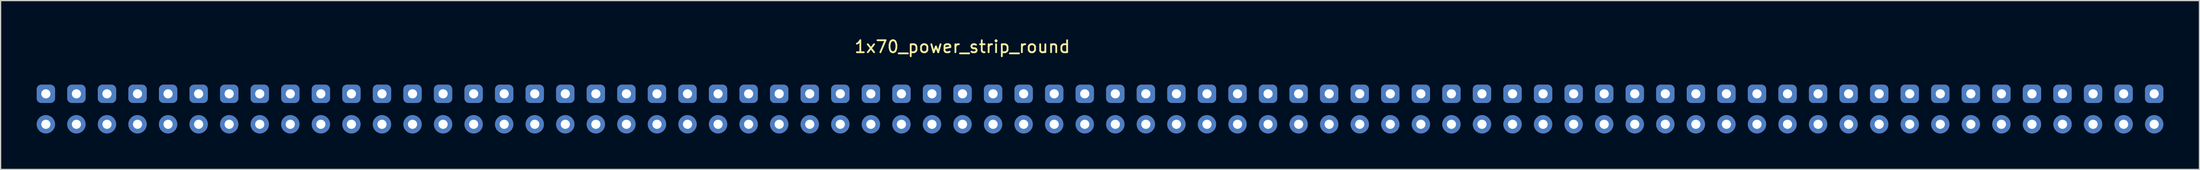
<source format=kicad_pcb>
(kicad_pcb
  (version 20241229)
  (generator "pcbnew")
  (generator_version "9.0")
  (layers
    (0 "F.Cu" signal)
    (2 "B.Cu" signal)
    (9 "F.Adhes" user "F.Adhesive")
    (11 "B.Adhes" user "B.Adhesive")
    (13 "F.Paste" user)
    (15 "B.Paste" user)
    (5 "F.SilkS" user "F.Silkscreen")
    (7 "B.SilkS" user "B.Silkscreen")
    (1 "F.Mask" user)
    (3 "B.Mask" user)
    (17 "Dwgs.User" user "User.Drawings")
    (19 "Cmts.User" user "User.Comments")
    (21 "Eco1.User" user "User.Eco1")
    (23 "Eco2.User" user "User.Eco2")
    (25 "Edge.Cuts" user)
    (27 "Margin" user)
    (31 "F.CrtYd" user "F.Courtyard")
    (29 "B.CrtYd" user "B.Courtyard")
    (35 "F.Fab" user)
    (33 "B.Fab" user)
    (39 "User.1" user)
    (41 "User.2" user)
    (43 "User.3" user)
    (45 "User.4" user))
  (footprint "1x70_power_strip_round"
    (layer "F.Cu")
    (at 76.942 0.348)
    (property "Reference" "1x70_power_strip_round" (at 0 0.5 0) (layer "F.SilkS") (effects (font (size 1 1) (thickness 0.15))))
    (attr through_hole)
    (pad "1" thru_hole roundrect (at -76.18 4.42) (size 1.524 1.524) (drill 0.762) (layers "*.Cu" "*.Mask") (roundrect_rratio 0.25))
    (pad "2" thru_hole roundrect (at -73.64 4.42) (size 1.524 1.524) (drill 0.762) (layers "*.Cu" "*.Mask") (roundrect_rratio 0.25))
    (pad "3" thru_hole roundrect (at -71.1 4.42) (size 1.524 1.524) (drill 0.762) (layers "*.Cu" "*.Mask") (roundrect_rratio 0.25))
    (pad "4" thru_hole roundrect (at -68.56 4.42) (size 1.524 1.524) (drill 0.762) (layers "*.Cu" "*.Mask") (roundrect_rratio 0.25))
    (pad "5" thru_hole roundrect (at -66.02 4.42) (size 1.524 1.524) (drill 0.762) (layers "*.Cu" "*.Mask") (roundrect_rratio 0.25))
    (pad "6" thru_hole roundrect (at -63.48 4.42) (size 1.524 1.524) (drill 0.762) (layers "*.Cu" "*.Mask") (roundrect_rratio 0.25))
    (pad "7" thru_hole roundrect (at -60.94 4.42) (size 1.524 1.524) (drill 0.762) (layers "*.Cu" "*.Mask") (roundrect_rratio 0.25))
    (pad "8" thru_hole roundrect (at -58.4 4.42) (size 1.524 1.524) (drill 0.762) (layers "*.Cu" "*.Mask") (roundrect_rratio 0.25))
    (pad "9" thru_hole roundrect (at -55.86 4.42) (size 1.524 1.524) (drill 0.762) (layers "*.Cu" "*.Mask") (roundrect_rratio 0.25))
    (pad "10" thru_hole roundrect (at -53.32 4.42) (size 1.524 1.524) (drill 0.762) (layers "*.Cu" "*.Mask") (roundrect_rratio 0.25))
    (pad "11" thru_hole roundrect (at -50.78 4.42) (size 1.524 1.524) (drill 0.762) (layers "*.Cu" "*.Mask") (roundrect_rratio 0.25))
    (pad "12" thru_hole roundrect (at -48.24 4.42) (size 1.524 1.524) (drill 0.762) (layers "*.Cu" "*.Mask") (roundrect_rratio 0.25))
    (pad "13" thru_hole roundrect (at -45.7 4.42) (size 1.524 1.524) (drill 0.762) (layers "*.Cu" "*.Mask") (roundrect_rratio 0.25))
    (pad "14" thru_hole roundrect (at -43.16 4.42) (size 1.524 1.524) (drill 0.762) (layers "*.Cu" "*.Mask") (roundrect_rratio 0.25))
    (pad "15" thru_hole roundrect (at -40.62 4.42) (size 1.524 1.524) (drill 0.762) (layers "*.Cu" "*.Mask") (roundrect_rratio 0.25))
    (pad "16" thru_hole roundrect (at -38.08 4.42) (size 1.524 1.524) (drill 0.762) (layers "*.Cu" "*.Mask") (roundrect_rratio 0.25))
    (pad "17" thru_hole roundrect (at -35.54 4.42) (size 1.524 1.524) (drill 0.762) (layers "*.Cu" "*.Mask") (roundrect_rratio 0.25))
    (pad "18" thru_hole roundrect (at -33 4.42) (size 1.524 1.524) (drill 0.762) (layers "*.Cu" "*.Mask") (roundrect_rratio 0.25))
    (pad "19" thru_hole roundrect (at -30.46 4.42) (size 1.524 1.524) (drill 0.762) (layers "*.Cu" "*.Mask") (roundrect_rratio 0.25))
    (pad "20" thru_hole roundrect (at -27.92 4.42) (size 1.524 1.524) (drill 0.762) (layers "*.Cu" "*.Mask") (roundrect_rratio 0.25))
    (pad "21" thru_hole roundrect (at -25.38 4.42) (size 1.524 1.524) (drill 0.762) (layers "*.Cu" "*.Mask") (roundrect_rratio 0.25))
    (pad "22" thru_hole roundrect (at -22.84 4.42) (size 1.524 1.524) (drill 0.762) (layers "*.Cu" "*.Mask") (roundrect_rratio 0.25))
    (pad "23" thru_hole roundrect (at -20.3 4.42) (size 1.524 1.524) (drill 0.762) (layers "*.Cu" "*.Mask") (roundrect_rratio 0.25))
    (pad "24" thru_hole roundrect (at -17.76 4.42) (size 1.524 1.524) (drill 0.762) (layers "*.Cu" "*.Mask") (roundrect_rratio 0.25))
    (pad "25" thru_hole roundrect (at -15.22 4.42) (size 1.524 1.524) (drill 0.762) (layers "*.Cu" "*.Mask") (roundrect_rratio 0.25))
    (pad "26" thru_hole roundrect (at -12.68 4.42) (size 1.524 1.524) (drill 0.762) (layers "*.Cu" "*.Mask") (roundrect_rratio 0.25))
    (pad "27" thru_hole roundrect (at -10.14 4.42) (size 1.524 1.524) (drill 0.762) (layers "*.Cu" "*.Mask") (roundrect_rratio 0.25))
    (pad "28" thru_hole roundrect (at -7.6 4.42) (size 1.524 1.524) (drill 0.762) (layers "*.Cu" "*.Mask") (roundrect_rratio 0.25))
    (pad "29" thru_hole roundrect (at -5.06 4.42) (size 1.524 1.524) (drill 0.762) (layers "*.Cu" "*.Mask") (roundrect_rratio 0.25))
    (pad "30" thru_hole roundrect (at -2.52 4.42) (size 1.524 1.524) (drill 0.762) (layers "*.Cu" "*.Mask") (roundrect_rratio 0.25))
    (pad "31" thru_hole roundrect (at 0.02 4.42) (size 1.524 1.524) (drill 0.762) (layers "*.Cu" "*.Mask") (roundrect_rratio 0.25))
    (pad "32" thru_hole roundrect (at 2.56 4.42) (size 1.524 1.524) (drill 0.762) (layers "*.Cu" "*.Mask") (roundrect_rratio 0.25))
    (pad "33" thru_hole roundrect (at 5.1 4.42) (size 1.524 1.524) (drill 0.762) (layers "*.Cu" "*.Mask") (roundrect_rratio 0.25))
    (pad "34" thru_hole roundrect (at 7.64 4.42) (size 1.524 1.524) (drill 0.762) (layers "*.Cu" "*.Mask") (roundrect_rratio 0.25))
    (pad "35" thru_hole roundrect (at 10.18 4.42) (size 1.524 1.524) (drill 0.762) (layers "*.Cu" "*.Mask") (roundrect_rratio 0.25))
    (pad "36" thru_hole roundrect (at 12.72 4.42) (size 1.524 1.524) (drill 0.762) (layers "*.Cu" "*.Mask") (roundrect_rratio 0.25))
    (pad "37" thru_hole roundrect (at 15.26 4.42) (size 1.524 1.524) (drill 0.762) (layers "*.Cu" "*.Mask") (roundrect_rratio 0.25))
    (pad "38" thru_hole roundrect (at 17.8 4.42) (size 1.524 1.524) (drill 0.762) (layers "*.Cu" "*.Mask") (roundrect_rratio 0.25))
    (pad "39" thru_hole roundrect (at 20.34 4.42) (size 1.524 1.524) (drill 0.762) (layers "*.Cu" "*.Mask") (roundrect_rratio 0.25))
    (pad "40" thru_hole roundrect (at 22.88 4.42) (size 1.524 1.524) (drill 0.762) (layers "*.Cu" "*.Mask") (roundrect_rratio 0.25))
    (pad "41" thru_hole roundrect (at 25.42 4.42) (size 1.524 1.524) (drill 0.762) (layers "*.Cu" "*.Mask") (roundrect_rratio 0.25))
    (pad "42" thru_hole roundrect (at 27.96 4.42) (size 1.524 1.524) (drill 0.762) (layers "*.Cu" "*.Mask") (roundrect_rratio 0.25))
    (pad "43" thru_hole roundrect (at 30.5 4.42) (size 1.524 1.524) (drill 0.762) (layers "*.Cu" "*.Mask") (roundrect_rratio 0.25))
    (pad "44" thru_hole roundrect (at 33.04 4.42) (size 1.524 1.524) (drill 0.762) (layers "*.Cu" "*.Mask") (roundrect_rratio 0.25))
    (pad "45" thru_hole roundrect (at 35.58 4.42) (size 1.524 1.524) (drill 0.762) (layers "*.Cu" "*.Mask") (roundrect_rratio 0.25))
    (pad "46" thru_hole roundrect (at 38.12 4.42) (size 1.524 1.524) (drill 0.762) (layers "*.Cu" "*.Mask") (roundrect_rratio 0.25))
    (pad "47" thru_hole roundrect (at 40.66 4.42) (size 1.524 1.524) (drill 0.762) (layers "*.Cu" "*.Mask") (roundrect_rratio 0.25))
    (pad "48" thru_hole roundrect (at 43.2 4.42) (size 1.524 1.524) (drill 0.762) (layers "*.Cu" "*.Mask") (roundrect_rratio 0.25))
    (pad "49" thru_hole roundrect (at 45.74 4.42) (size 1.524 1.524) (drill 0.762) (layers "*.Cu" "*.Mask") (roundrect_rratio 0.25))
    (pad "50" thru_hole roundrect (at 48.28 4.42) (size 1.524 1.524) (drill 0.762) (layers "*.Cu" "*.Mask") (roundrect_rratio 0.25))
    (pad "51" thru_hole roundrect (at 50.82 4.42) (size 1.524 1.524) (drill 0.762) (layers "*.Cu" "*.Mask") (roundrect_rratio 0.25))
    (pad "52" thru_hole roundrect (at 53.36 4.42) (size 1.524 1.524) (drill 0.762) (layers "*.Cu" "*.Mask") (roundrect_rratio 0.25))
    (pad "53" thru_hole roundrect (at 55.9 4.42) (size 1.524 1.524) (drill 0.762) (layers "*.Cu" "*.Mask") (roundrect_rratio 0.25))
    (pad "54" thru_hole roundrect (at 58.44 4.42) (size 1.524 1.524) (drill 0.762) (layers "*.Cu" "*.Mask") (roundrect_rratio 0.25))
    (pad "55" thru_hole roundrect (at 60.98 4.42) (size 1.524 1.524) (drill 0.762) (layers "*.Cu" "*.Mask") (roundrect_rratio 0.25))
    (pad "56" thru_hole roundrect (at 63.52 4.42) (size 1.524 1.524) (drill 0.762) (layers "*.Cu" "*.Mask") (roundrect_rratio 0.25))
    (pad "57" thru_hole roundrect (at 66.06 4.42) (size 1.524 1.524) (drill 0.762) (layers "*.Cu" "*.Mask") (roundrect_rratio 0.25))
    (pad "58" thru_hole roundrect (at 68.6 4.42) (size 1.524 1.524) (drill 0.762) (layers "*.Cu" "*.Mask") (roundrect_rratio 0.25))
    (pad "59" thru_hole roundrect (at 71.14 4.42) (size 1.524 1.524) (drill 0.762) (layers "*.Cu" "*.Mask") (roundrect_rratio 0.25))
    (pad "60" thru_hole roundrect (at 73.68 4.42) (size 1.524 1.524) (drill 0.762) (layers "*.Cu" "*.Mask") (roundrect_rratio 0.25))
    (pad "61" thru_hole roundrect (at 76.22 4.42) (size 1.524 1.524) (drill 0.762) (layers "*.Cu" "*.Mask") (roundrect_rratio 0.25))
    (pad "62" thru_hole roundrect (at 78.76 4.42) (size 1.524 1.524) (drill 0.762) (layers "*.Cu" "*.Mask") (roundrect_rratio 0.25))
    (pad "63" thru_hole roundrect (at 81.3 4.42) (size 1.524 1.524) (drill 0.762) (layers "*.Cu" "*.Mask") (roundrect_rratio 0.25))
    (pad "64" thru_hole roundrect (at 83.84 4.42) (size 1.524 1.524) (drill 0.762) (layers "*.Cu" "*.Mask") (roundrect_rratio 0.25))
    (pad "65" thru_hole roundrect (at 86.38 4.42) (size 1.524 1.524) (drill 0.762) (layers "*.Cu" "*.Mask") (roundrect_rratio 0.25))
    (pad "66" thru_hole roundrect (at 88.92 4.42) (size 1.524 1.524) (drill 0.762) (layers "*.Cu" "*.Mask") (roundrect_rratio 0.25))
    (pad "67" thru_hole roundrect (at 91.46 4.42) (size 1.524 1.524) (drill 0.762) (layers "*.Cu" "*.Mask") (roundrect_rratio 0.25))
    (pad "68" thru_hole roundrect (at 94 4.42) (size 1.524 1.524) (drill 0.762) (layers "*.Cu" "*.Mask") (roundrect_rratio 0.25))
    (pad "69" thru_hole roundrect (at 96.54 4.42) (size 1.524 1.524) (drill 0.762) (layers "*.Cu" "*.Mask") (roundrect_rratio 0.25))
    (pad "70" thru_hole roundrect (at 99.08 4.42) (size 1.524 1.524) (drill 0.762) (layers "*.Cu" "*.Mask") (roundrect_rratio 0.25))
    (pad "71" thru_hole circle (at -76.18 6.96) (size 1.524 1.524) (drill 0.762) (layers "*.Cu" "*.Mask"))
    (pad "72" thru_hole circle (at -73.64 6.96) (size 1.524 1.524) (drill 0.762) (layers "*.Cu" "*.Mask"))
    (pad "73" thru_hole circle (at -71.1 6.96) (size 1.524 1.524) (drill 0.762) (layers "*.Cu" "*.Mask"))
    (pad "74" thru_hole circle (at -68.56 6.96) (size 1.524 1.524) (drill 0.762) (layers "*.Cu" "*.Mask"))
    (pad "75" thru_hole circle (at -66.02 6.96) (size 1.524 1.524) (drill 0.762) (layers "*.Cu" "*.Mask"))
    (pad "76" thru_hole circle (at -63.48 6.96) (size 1.524 1.524) (drill 0.762) (layers "*.Cu" "*.Mask"))
    (pad "77" thru_hole circle (at -60.94 6.96) (size 1.524 1.524) (drill 0.762) (layers "*.Cu" "*.Mask"))
    (pad "78" thru_hole circle (at -58.4 6.96) (size 1.524 1.524) (drill 0.762) (layers "*.Cu" "*.Mask"))
    (pad "79" thru_hole circle (at -55.86 6.96) (size 1.524 1.524) (drill 0.762) (layers "*.Cu" "*.Mask"))
    (pad "80" thru_hole circle (at -53.32 6.96) (size 1.524 1.524) (drill 0.762) (layers "*.Cu" "*.Mask"))
    (pad "81" thru_hole circle (at -50.78 6.96) (size 1.524 1.524) (drill 0.762) (layers "*.Cu" "*.Mask"))
    (pad "82" thru_hole circle (at -48.24 6.96) (size 1.524 1.524) (drill 0.762) (layers "*.Cu" "*.Mask"))
    (pad "83" thru_hole circle (at -45.7 6.96) (size 1.524 1.524) (drill 0.762) (layers "*.Cu" "*.Mask"))
    (pad "84" thru_hole circle (at -43.16 6.96) (size 1.524 1.524) (drill 0.762) (layers "*.Cu" "*.Mask"))
    (pad "85" thru_hole circle (at -40.62 6.96) (size 1.524 1.524) (drill 0.762) (layers "*.Cu" "*.Mask"))
    (pad "86" thru_hole circle (at -38.08 6.96) (size 1.524 1.524) (drill 0.762) (layers "*.Cu" "*.Mask"))
    (pad "87" thru_hole circle (at -35.54 6.96) (size 1.524 1.524) (drill 0.762) (layers "*.Cu" "*.Mask"))
    (pad "88" thru_hole circle (at -33 6.96) (size 1.524 1.524) (drill 0.762) (layers "*.Cu" "*.Mask"))
    (pad "89" thru_hole circle (at -30.46 6.96) (size 1.524 1.524) (drill 0.762) (layers "*.Cu" "*.Mask"))
    (pad "90" thru_hole circle (at -27.92 6.96) (size 1.524 1.524) (drill 0.762) (layers "*.Cu" "*.Mask"))
    (pad "91" thru_hole circle (at -25.38 6.96) (size 1.524 1.524) (drill 0.762) (layers "*.Cu" "*.Mask"))
    (pad "92" thru_hole circle (at -22.84 6.96) (size 1.524 1.524) (drill 0.762) (layers "*.Cu" "*.Mask"))
    (pad "93" thru_hole circle (at -20.3 6.96) (size 1.524 1.524) (drill 0.762) (layers "*.Cu" "*.Mask"))
    (pad "94" thru_hole circle (at -17.76 6.96) (size 1.524 1.524) (drill 0.762) (layers "*.Cu" "*.Mask"))
    (pad "95" thru_hole circle (at -15.22 6.96) (size 1.524 1.524) (drill 0.762) (layers "*.Cu" "*.Mask"))
    (pad "96" thru_hole circle (at -12.68 6.96) (size 1.524 1.524) (drill 0.762) (layers "*.Cu" "*.Mask"))
    (pad "97" thru_hole circle (at -10.14 6.96) (size 1.524 1.524) (drill 0.762) (layers "*.Cu" "*.Mask"))
    (pad "98" thru_hole circle (at -7.6 6.96) (size 1.524 1.524) (drill 0.762) (layers "*.Cu" "*.Mask"))
    (pad "99" thru_hole circle (at -5.06 6.96) (size 1.524 1.524) (drill 0.762) (layers "*.Cu" "*.Mask"))
    (pad "100" thru_hole circle (at -2.52 6.96) (size 1.524 1.524) (drill 0.762) (layers "*.Cu" "*.Mask"))
    (pad "101" thru_hole circle (at 0.02 6.96) (size 1.524 1.524) (drill 0.762) (layers "*.Cu" "*.Mask"))
    (pad "102" thru_hole circle (at 2.56 6.96) (size 1.524 1.524) (drill 0.762) (layers "*.Cu" "*.Mask"))
    (pad "103" thru_hole circle (at 5.1 6.96) (size 1.524 1.524) (drill 0.762) (layers "*.Cu" "*.Mask"))
    (pad "104" thru_hole circle (at 7.64 6.96) (size 1.524 1.524) (drill 0.762) (layers "*.Cu" "*.Mask"))
    (pad "105" thru_hole circle (at 10.18 6.96) (size 1.524 1.524) (drill 0.762) (layers "*.Cu" "*.Mask"))
    (pad "106" thru_hole circle (at 12.72 6.96) (size 1.524 1.524) (drill 0.762) (layers "*.Cu" "*.Mask"))
    (pad "107" thru_hole circle (at 15.26 6.96) (size 1.524 1.524) (drill 0.762) (layers "*.Cu" "*.Mask"))
    (pad "108" thru_hole circle (at 17.8 6.96) (size 1.524 1.524) (drill 0.762) (layers "*.Cu" "*.Mask"))
    (pad "109" thru_hole circle (at 20.34 6.96) (size 1.524 1.524) (drill 0.762) (layers "*.Cu" "*.Mask"))
    (pad "110" thru_hole circle (at 22.88 6.96) (size 1.524 1.524) (drill 0.762) (layers "*.Cu" "*.Mask"))
    (pad "111" thru_hole circle (at 25.42 6.96) (size 1.524 1.524) (drill 0.762) (layers "*.Cu" "*.Mask"))
    (pad "112" thru_hole circle (at 27.96 6.96) (size 1.524 1.524) (drill 0.762) (layers "*.Cu" "*.Mask"))
    (pad "113" thru_hole circle (at 30.5 6.96) (size 1.524 1.524) (drill 0.762) (layers "*.Cu" "*.Mask"))
    (pad "114" thru_hole circle (at 33.04 6.96) (size 1.524 1.524) (drill 0.762) (layers "*.Cu" "*.Mask"))
    (pad "115" thru_hole circle (at 35.58 6.96) (size 1.524 1.524) (drill 0.762) (layers "*.Cu" "*.Mask"))
    (pad "116" thru_hole circle (at 38.12 6.96) (size 1.524 1.524) (drill 0.762) (layers "*.Cu" "*.Mask"))
    (pad "117" thru_hole circle (at 40.66 6.96) (size 1.524 1.524) (drill 0.762) (layers "*.Cu" "*.Mask"))
    (pad "118" thru_hole circle (at 43.2 6.96) (size 1.524 1.524) (drill 0.762) (layers "*.Cu" "*.Mask"))
    (pad "119" thru_hole circle (at 45.74 6.96) (size 1.524 1.524) (drill 0.762) (layers "*.Cu" "*.Mask"))
    (pad "120" thru_hole circle (at 48.28 6.96) (size 1.524 1.524) (drill 0.762) (layers "*.Cu" "*.Mask"))
    (pad "121" thru_hole circle (at 50.82 6.96) (size 1.524 1.524) (drill 0.762) (layers "*.Cu" "*.Mask"))
    (pad "122" thru_hole circle (at 53.36 6.96) (size 1.524 1.524) (drill 0.762) (layers "*.Cu" "*.Mask"))
    (pad "123" thru_hole circle (at 55.9 6.96) (size 1.524 1.524) (drill 0.762) (layers "*.Cu" "*.Mask"))
    (pad "124" thru_hole circle (at 58.44 6.96) (size 1.524 1.524) (drill 0.762) (layers "*.Cu" "*.Mask"))
    (pad "125" thru_hole circle (at 60.98 6.96) (size 1.524 1.524) (drill 0.762) (layers "*.Cu" "*.Mask"))
    (pad "126" thru_hole circle (at 63.52 6.96) (size 1.524 1.524) (drill 0.762) (layers "*.Cu" "*.Mask"))
    (pad "127" thru_hole circle (at 66.06 6.96) (size 1.524 1.524) (drill 0.762) (layers "*.Cu" "*.Mask"))
    (pad "128" thru_hole circle (at 68.6 6.96) (size 1.524 1.524) (drill 0.762) (layers "*.Cu" "*.Mask"))
    (pad "129" thru_hole circle (at 71.14 6.96) (size 1.524 1.524) (drill 0.762) (layers "*.Cu" "*.Mask"))
    (pad "130" thru_hole circle (at 73.68 6.96) (size 1.524 1.524) (drill 0.762) (layers "*.Cu" "*.Mask"))
    (pad "131" thru_hole circle (at 76.22 6.96) (size 1.524 1.524) (drill 0.762) (layers "*.Cu" "*.Mask"))
    (pad "132" thru_hole circle (at 78.76 6.96) (size 1.524 1.524) (drill 0.762) (layers "*.Cu" "*.Mask"))
    (pad "133" thru_hole circle (at 81.3 6.96) (size 1.524 1.524) (drill 0.762) (layers "*.Cu" "*.Mask"))
    (pad "134" thru_hole circle (at 83.84 6.96) (size 1.524 1.524) (drill 0.762) (layers "*.Cu" "*.Mask"))
    (pad "135" thru_hole circle (at 86.38 6.96) (size 1.524 1.524) (drill 0.762) (layers "*.Cu" "*.Mask"))
    (pad "136" thru_hole circle (at 88.92 6.96) (size 1.524 1.524) (drill 0.762) (layers "*.Cu" "*.Mask"))
    (pad "137" thru_hole circle (at 91.46 6.96) (size 1.524 1.524) (drill 0.762) (layers "*.Cu" "*.Mask"))
    (pad "138" thru_hole circle (at 94 6.96) (size 1.524 1.524) (drill 0.762) (layers "*.Cu" "*.Mask"))
    (pad "139" thru_hole circle (at 96.54 6.96) (size 1.524 1.524) (drill 0.762) (layers "*.Cu" "*.Mask"))
    (pad "140" thru_hole circle (at 99.08 6.96) (size 1.524 1.524) (drill 0.762) (layers "*.Cu" "*.Mask")))
  (gr_rect
    (start -3 -3)
    (end 179.784 11.07)
    (stroke (width 0.1) (type default))
    (fill no)
    (layer "Edge.Cuts")))
</source>
